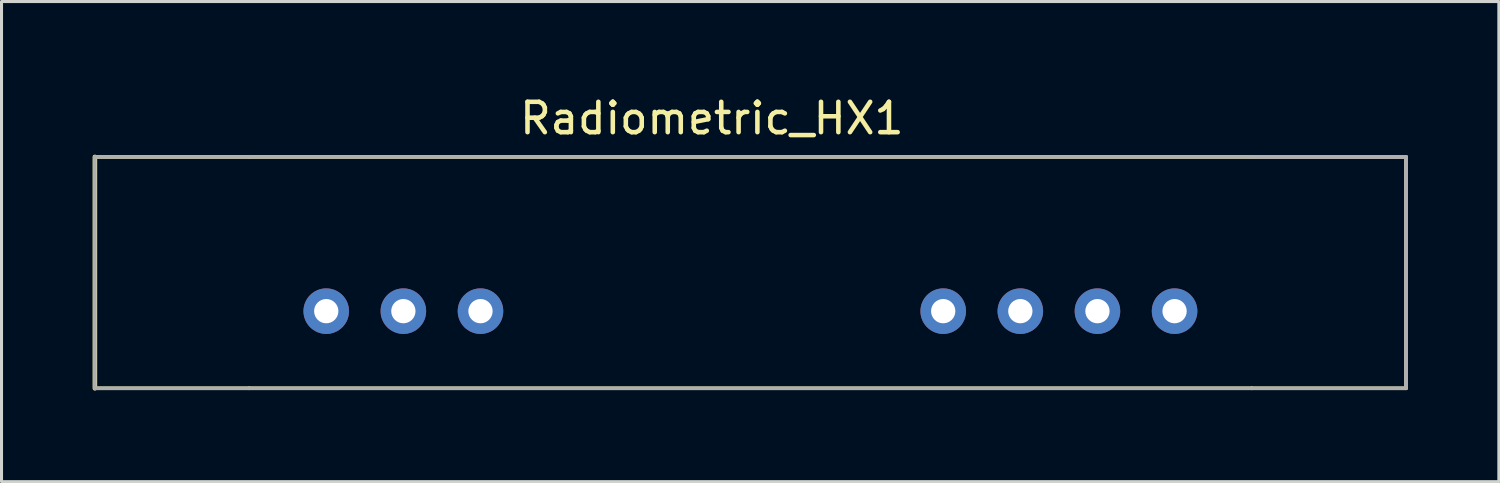
<source format=kicad_pcb>
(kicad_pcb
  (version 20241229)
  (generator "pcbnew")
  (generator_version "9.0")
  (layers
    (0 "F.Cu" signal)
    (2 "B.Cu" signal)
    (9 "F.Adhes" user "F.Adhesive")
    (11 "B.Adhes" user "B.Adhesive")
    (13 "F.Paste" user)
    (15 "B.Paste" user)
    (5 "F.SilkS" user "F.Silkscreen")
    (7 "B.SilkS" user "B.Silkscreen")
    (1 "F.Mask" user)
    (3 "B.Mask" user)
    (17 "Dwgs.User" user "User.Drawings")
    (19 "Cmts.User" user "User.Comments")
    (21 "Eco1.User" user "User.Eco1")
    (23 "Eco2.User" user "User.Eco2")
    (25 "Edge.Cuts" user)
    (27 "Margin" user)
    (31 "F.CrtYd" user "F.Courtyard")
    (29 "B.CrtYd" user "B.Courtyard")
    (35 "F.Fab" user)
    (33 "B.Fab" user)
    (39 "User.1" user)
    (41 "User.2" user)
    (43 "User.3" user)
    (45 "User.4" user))
  (footprint "Radiometric_HX1"
    (layer "F.Cu")
    (at 20.395 7.198)
    (property "Reference" "Radiometric_HX1" (at 0 -6.35 0) (layer "F.SilkS") (effects (font (size 1 1) (thickness 0.15))))
    (attr through_hole)
    (fp_line (start -20.32 -5.08) (end -15.24 -5.08) (stroke (width 0.12) (type solid)) (layer "F.SilkS"))
    (fp_line (start -20.32 2.54) (end -20.32 -5.08) (stroke (width 0.15) (type solid)) (layer "F.SilkS"))
    (fp_line (start -20.32 2.54) (end -15.24 2.54) (stroke (width 0.12) (type solid)) (layer "F.SilkS"))
    (fp_line (start -15.24 -5.08) (end 17.78 -5.08) (stroke (width 0.12) (type solid)) (layer "F.SilkS"))
    (fp_line (start 17.78 -5.08) (end 22.86 -5.08) (stroke (width 0.12) (type solid)) (layer "F.SilkS"))
    (fp_line (start 17.78 2.54) (end -15.24 2.54) (stroke (width 0.12) (type solid)) (layer "F.SilkS"))
    (fp_line (start 22.86 -5.08) (end 22.86 2.54) (stroke (width 0.12) (type solid)) (layer "F.SilkS"))
    (fp_line (start 22.86 2.54) (end 17.78 2.54) (stroke (width 0.12) (type solid)) (layer "F.SilkS"))
    (fp_line (start -20.32 -5.08) (end -20.32 2.54) (stroke (width 0.12) (type solid)) (layer "F.Fab"))
    (fp_line (start -15.24 -5.08) (end -20.32 -5.08) (stroke (width 0.12) (type solid)) (layer "F.Fab"))
    (fp_line (start -15.24 -5.08) (end 17.78 -5.08) (stroke (width 0.12) (type solid)) (layer "F.Fab"))
    (fp_line (start -15.24 2.54) (end -20.32 2.54) (stroke (width 0.12) (type solid)) (layer "F.Fab"))
    (fp_line (start 17.78 -5.08) (end 22.86 -5.08) (stroke (width 0.12) (type solid)) (layer "F.Fab"))
    (fp_line (start 17.78 2.54) (end -15.24 2.54) (stroke (width 0.12) (type solid)) (layer "F.Fab"))
    (fp_line (start 22.86 -5.08) (end 17.78 -5.08) (stroke (width 0.12) (type solid)) (layer "F.Fab"))
    (fp_line (start 22.86 -5.08) (end 22.86 2.54) (stroke (width 0.12) (type solid)) (layer "F.Fab"))
    (fp_line (start 22.86 -5.08) (end 22.86 2.54) (stroke (width 0.12) (type solid)) (layer "F.Fab"))
    (fp_line (start 22.86 2.54) (end 17.78 2.54) (stroke (width 0.12) (type solid)) (layer "F.Fab"))
    (pad "1" thru_hole circle (at -12.7 0) (size 1.5 1.5) (drill 0.8) (layers "*.Cu" "*.Mask"))
    (pad "2" thru_hole circle (at -10.16 0) (size 1.5 1.5) (drill 0.8) (layers "*.Cu" "*.Mask"))
    (pad "3" thru_hole circle (at -7.62 0) (size 1.5 1.5) (drill 0.8) (layers "*.Cu" "*.Mask"))
    (pad "4" thru_hole circle (at 7.62 0) (size 1.5 1.5) (drill 0.8) (layers "*.Cu" "*.Mask"))
    (pad "5" thru_hole circle (at 10.16 0) (size 1.5 1.5) (drill 0.8) (layers "*.Cu" "*.Mask"))
    (pad "6" thru_hole circle (at 12.7 0) (size 1.5 1.5) (drill 0.8) (layers "*.Cu" "*.Mask"))
    (pad "7" thru_hole circle (at 15.24 0) (size 1.5 1.5) (drill 0.8) (layers "*.Cu" "*.Mask")))
  (gr_rect
    (start -3 -3)
    (end 46.315 12.813)
    (stroke (width 0.1) (type default))
    (fill no)
    (layer "Edge.Cuts")))
</source>
